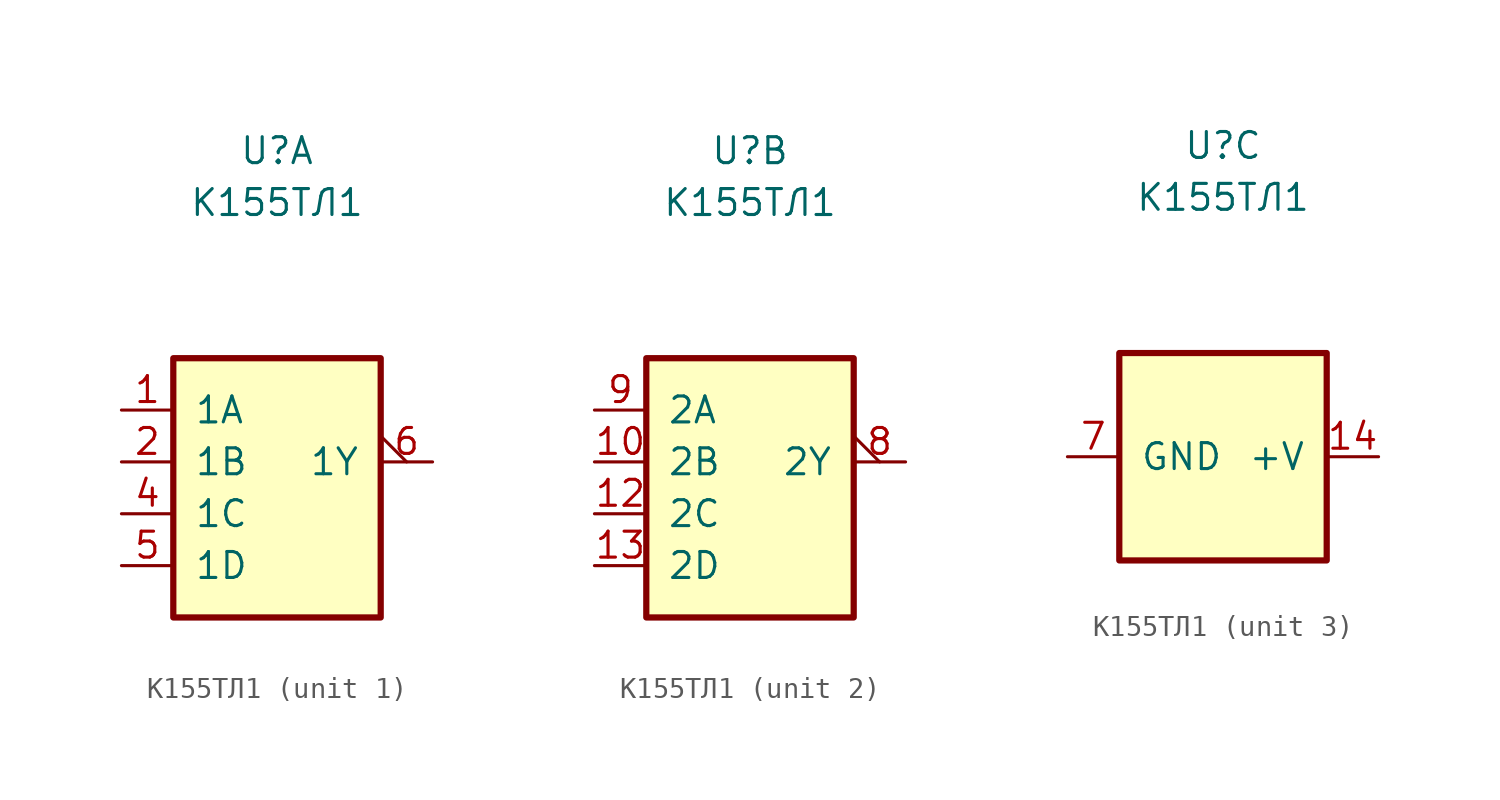
<source format=kicad_sym>
(kicad_symbol_lib
  (version 20220914)
  (generator kicad_symbol_editor)
  (symbol "К155ТЛ1"
    (pin_names
      (offset 1.016))
    (property "Reference" "U"
      (at 0 15.24 0)
      (effects (font (size 1.27 1.27))))
    (property "Value" "К155ТЛ1"
      (at 0 12.7 0)
      (effects (font (size 1.27 1.27))))
    (property "ki_locked" ""
      (at 0 0 0)
      (effects (font (size 1.27 1.27))))
    (symbol "К155ТЛ1_1_1"
      (rectangle (start -5.08 5.08) (end 5.08 -7.62) (stroke (width 0.305) (type default)) (fill (type background)))
      (pin input line (at -7.62 2.54 0) (length 2.54) (name "1A" (effects (font (size 1.27 1.27)))) (number "1" (effects (font (size 1.27 1.27)))))
      (pin input line (at -7.62 0 0) (length 2.54) (name "1B" (effects (font (size 1.27 1.27)))) (number "2" (effects (font (size 1.27 1.27)))))
      (pin no_connect line (at 5.08 -2.54 180) (length 2.54) hide (name "~" (effects (font (size 1.27 1.27)))) (number "3" (effects (font (size 1.27 1.27)))))
      (pin input line (at -7.62 -2.54 0) (length 2.54) (name "1C" (effects (font (size 1.27 1.27)))) (number "4" (effects (font (size 1.27 1.27)))))
      (pin input line (at -7.62 -5.08 0) (length 2.54) (name "1D" (effects (font (size 1.27 1.27)))) (number "5" (effects (font (size 1.27 1.27)))))
      (pin output output_low (at 7.62 0 180) (length 2.54) (name "1Y" (effects (font (size 1.27 1.27)))) (number "6" (effects (font (size 1.27 1.27))))))
    (symbol "К155ТЛ1_2_1"
      (rectangle (start -5.08 5.08) (end 5.08 -7.62) (stroke (width 0.305) (type default)) (fill (type background)))
      (pin input line (at -7.62 0 0) (length 2.54) (name "2B" (effects (font (size 1.27 1.27)))) (number "10" (effects (font (size 1.27 1.27)))))
      (pin no_connect line (at 5.08 -2.54 180) (length 2.54) hide (name "~" (effects (font (size 1.27 1.27)))) (number "11" (effects (font (size 1.27 1.27)))))
      (pin input line (at -7.62 -2.54 0) (length 2.54) (name "2C" (effects (font (size 1.27 1.27)))) (number "12" (effects (font (size 1.27 1.27)))))
      (pin input line (at -7.62 -5.08 0) (length 2.54) (name "2D" (effects (font (size 1.27 1.27)))) (number "13" (effects (font (size 1.27 1.27)))))
      (pin output output_low (at 7.62 0 180) (length 2.54) (name "2Y" (effects (font (size 1.27 1.27)))) (number "8" (effects (font (size 1.27 1.27)))))
      (pin input line (at -7.62 2.54 0) (length 2.54) (name "2A" (effects (font (size 1.27 1.27)))) (number "9" (effects (font (size 1.27 1.27))))))
    (symbol "К155ТЛ1_3_1"
      (rectangle (start -5.08 5.08) (end 5.08 -5.08) (stroke (width 0.305) (type default)) (fill (type background)))
      (pin power_in line (at 7.62 0 180) (length 2.54) (name "+V" (effects (font (size 1.27 1.27)))) (number "14" (effects (font (size 1.27 1.27)))))
      (pin power_in line (at -7.62 0 0) (length 2.54) (name "GND" (effects (font (size 1.27 1.27)))) (number "7" (effects (font (size 1.27 1.27))))))))
</source>
